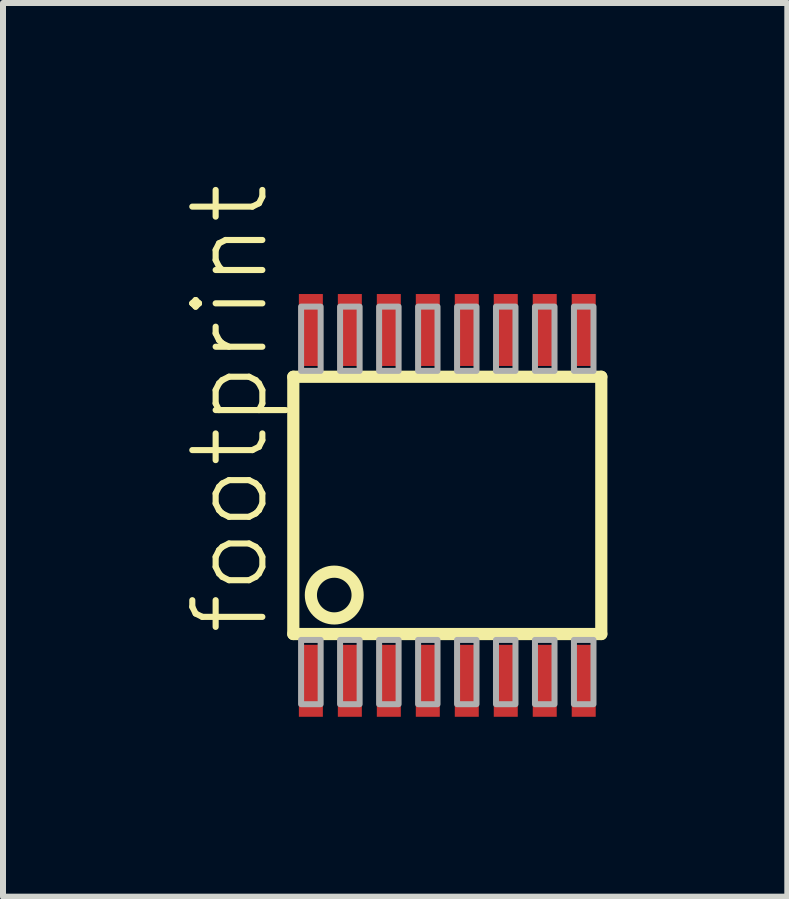
<source format=kicad_pcb>
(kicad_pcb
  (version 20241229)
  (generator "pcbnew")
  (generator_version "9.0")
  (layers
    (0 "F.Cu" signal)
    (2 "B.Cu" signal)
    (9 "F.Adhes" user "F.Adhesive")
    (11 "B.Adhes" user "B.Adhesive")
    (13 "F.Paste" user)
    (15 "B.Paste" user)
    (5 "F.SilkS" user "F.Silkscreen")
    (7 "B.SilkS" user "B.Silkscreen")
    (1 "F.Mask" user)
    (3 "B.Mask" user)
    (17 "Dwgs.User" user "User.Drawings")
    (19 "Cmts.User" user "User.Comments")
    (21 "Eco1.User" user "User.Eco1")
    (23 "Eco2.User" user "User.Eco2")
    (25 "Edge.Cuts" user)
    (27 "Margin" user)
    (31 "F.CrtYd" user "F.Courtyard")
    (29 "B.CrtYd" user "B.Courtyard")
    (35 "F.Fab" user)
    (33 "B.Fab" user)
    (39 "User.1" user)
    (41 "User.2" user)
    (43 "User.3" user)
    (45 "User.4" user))
  (footprint "footprint"
    (layer "F.Cu")
    (at 4.409 5.378)
    (property "Reference" "footprint" (at -2.936 2.204 90) (layer "F.SilkS") (effects (font (size 1.168 1.168) (thickness 0.102)) (justify left bottom)))
    (fp_line (start -2.568 -2.145) (end 2.568 -2.145) (stroke (width 0.203) (type solid)) (layer "F.SilkS"))
    (fp_line (start -2.568 2.145) (end -2.568 -2.145) (stroke (width 0.203) (type solid)) (layer "F.SilkS"))
    (fp_line (start 2.568 -2.145) (end 2.568 2.145) (stroke (width 0.203) (type solid)) (layer "F.SilkS"))
    (fp_line (start 2.568 2.145) (end -2.568 2.145) (stroke (width 0.203) (type solid)) (layer "F.SilkS"))
    (fp_circle (center -1.885 1.495) (end -1.495 1.495) (stroke (width 0.203) (type solid)) (fill no) (layer "F.SilkS"))
    (fp_poly (pts (xy -2.438 -2.243) (xy -2.112 -2.243) (xy -2.112 -3.315) (xy -2.438 -3.315)) (stroke (width 0.1) (type solid)) (fill no) (layer "F.Fab"))
    (fp_poly (pts (xy -2.438 3.315) (xy -2.112 3.315) (xy -2.112 2.243) (xy -2.438 2.243)) (stroke (width 0.1) (type solid)) (fill no) (layer "F.Fab"))
    (fp_poly (pts (xy -1.788 -2.243) (xy -1.462 -2.243) (xy -1.462 -3.315) (xy -1.788 -3.315)) (stroke (width 0.1) (type solid)) (fill no) (layer "F.Fab"))
    (fp_poly (pts (xy -1.788 3.315) (xy -1.462 3.315) (xy -1.462 2.243) (xy -1.788 2.243)) (stroke (width 0.1) (type solid)) (fill no) (layer "F.Fab"))
    (fp_poly (pts (xy -1.137 -2.243) (xy -0.812 -2.243) (xy -0.812 -3.315) (xy -1.137 -3.315)) (stroke (width 0.1) (type solid)) (fill no) (layer "F.Fab"))
    (fp_poly (pts (xy -1.137 3.315) (xy -0.812 3.315) (xy -0.812 2.243) (xy -1.137 2.243)) (stroke (width 0.1) (type solid)) (fill no) (layer "F.Fab"))
    (fp_poly (pts (xy -0.487 -2.243) (xy -0.163 -2.243) (xy -0.163 -3.315) (xy -0.487 -3.315)) (stroke (width 0.1) (type solid)) (fill no) (layer "F.Fab"))
    (fp_poly (pts (xy -0.487 3.315) (xy -0.163 3.315) (xy -0.163 2.243) (xy -0.487 2.243)) (stroke (width 0.1) (type solid)) (fill no) (layer "F.Fab"))
    (fp_poly (pts (xy 0.163 -2.243) (xy 0.487 -2.243) (xy 0.487 -3.315) (xy 0.163 -3.315)) (stroke (width 0.1) (type solid)) (fill no) (layer "F.Fab"))
    (fp_poly (pts (xy 0.163 3.315) (xy 0.487 3.315) (xy 0.487 2.243) (xy 0.163 2.243)) (stroke (width 0.1) (type solid)) (fill no) (layer "F.Fab"))
    (fp_poly (pts (xy 0.812 -2.243) (xy 1.137 -2.243) (xy 1.137 -3.315) (xy 0.812 -3.315)) (stroke (width 0.1) (type solid)) (fill no) (layer "F.Fab"))
    (fp_poly (pts (xy 0.812 3.315) (xy 1.137 3.315) (xy 1.137 2.243) (xy 0.812 2.243)) (stroke (width 0.1) (type solid)) (fill no) (layer "F.Fab"))
    (fp_poly (pts (xy 1.462 -2.243) (xy 1.788 -2.243) (xy 1.788 -3.315) (xy 1.462 -3.315)) (stroke (width 0.1) (type solid)) (fill no) (layer "F.Fab"))
    (fp_poly (pts (xy 1.462 3.315) (xy 1.788 3.315) (xy 1.788 2.243) (xy 1.462 2.243)) (stroke (width 0.1) (type solid)) (fill no) (layer "F.Fab"))
    (fp_poly (pts (xy 2.112 -2.243) (xy 2.438 -2.243) (xy 2.438 -3.315) (xy 2.112 -3.315)) (stroke (width 0.1) (type solid)) (fill no) (layer "F.Fab"))
    (fp_poly (pts (xy 2.112 3.315) (xy 2.438 3.315) (xy 2.438 2.243) (xy 2.112 2.243)) (stroke (width 0.1) (type solid)) (fill no) (layer "F.Fab"))
    (pad "1" smd rect (at -2.275 2.925) (size 0.4 1.2) (layers "F.Cu" "F.Mask" "F.Paste"))
    (pad "2" smd rect (at -1.625 2.925) (size 0.4 1.2) (layers "F.Cu" "F.Mask" "F.Paste"))
    (pad "3" smd rect (at -0.975 2.925) (size 0.4 1.2) (layers "F.Cu" "F.Mask" "F.Paste"))
    (pad "4" smd rect (at -0.325 2.925) (size 0.4 1.2) (layers "F.Cu" "F.Mask" "F.Paste"))
    (pad "5" smd rect (at 0.325 2.925) (size 0.4 1.2) (layers "F.Cu" "F.Mask" "F.Paste"))
    (pad "6" smd rect (at 0.975 2.925) (size 0.4 1.2) (layers "F.Cu" "F.Mask" "F.Paste"))
    (pad "7" smd rect (at 1.625 2.925) (size 0.4 1.2) (layers "F.Cu" "F.Mask" "F.Paste"))
    (pad "8" smd rect (at 2.275 2.925) (size 0.4 1.2) (layers "F.Cu" "F.Mask" "F.Paste"))
    (pad "9" smd rect (at 2.275 -2.925) (size 0.4 1.2) (layers "F.Cu" "F.Mask" "F.Paste"))
    (pad "10" smd rect (at 1.625 -2.925) (size 0.4 1.2) (layers "F.Cu" "F.Mask" "F.Paste"))
    (pad "11" smd rect (at 0.975 -2.925) (size 0.4 1.2) (layers "F.Cu" "F.Mask" "F.Paste"))
    (pad "12" smd rect (at 0.325 -2.925) (size 0.4 1.2) (layers "F.Cu" "F.Mask" "F.Paste"))
    (pad "13" smd rect (at -0.325 -2.925) (size 0.4 1.2) (layers "F.Cu" "F.Mask" "F.Paste"))
    (pad "14" smd rect (at -0.975 -2.925) (size 0.4 1.2) (layers "F.Cu" "F.Mask" "F.Paste"))
    (pad "15" smd rect (at -1.625 -2.925) (size 0.4 1.2) (layers "F.Cu" "F.Mask" "F.Paste"))
    (pad "16" smd rect (at -2.275 -2.925) (size 0.4 1.2) (layers "F.Cu" "F.Mask" "F.Paste")))
  (gr_rect
    (start -3 -3)
    (end 10.079 11.903)
    (stroke (width 0.1) (type default))
    (fill no)
    (layer "Edge.Cuts")))
</source>
